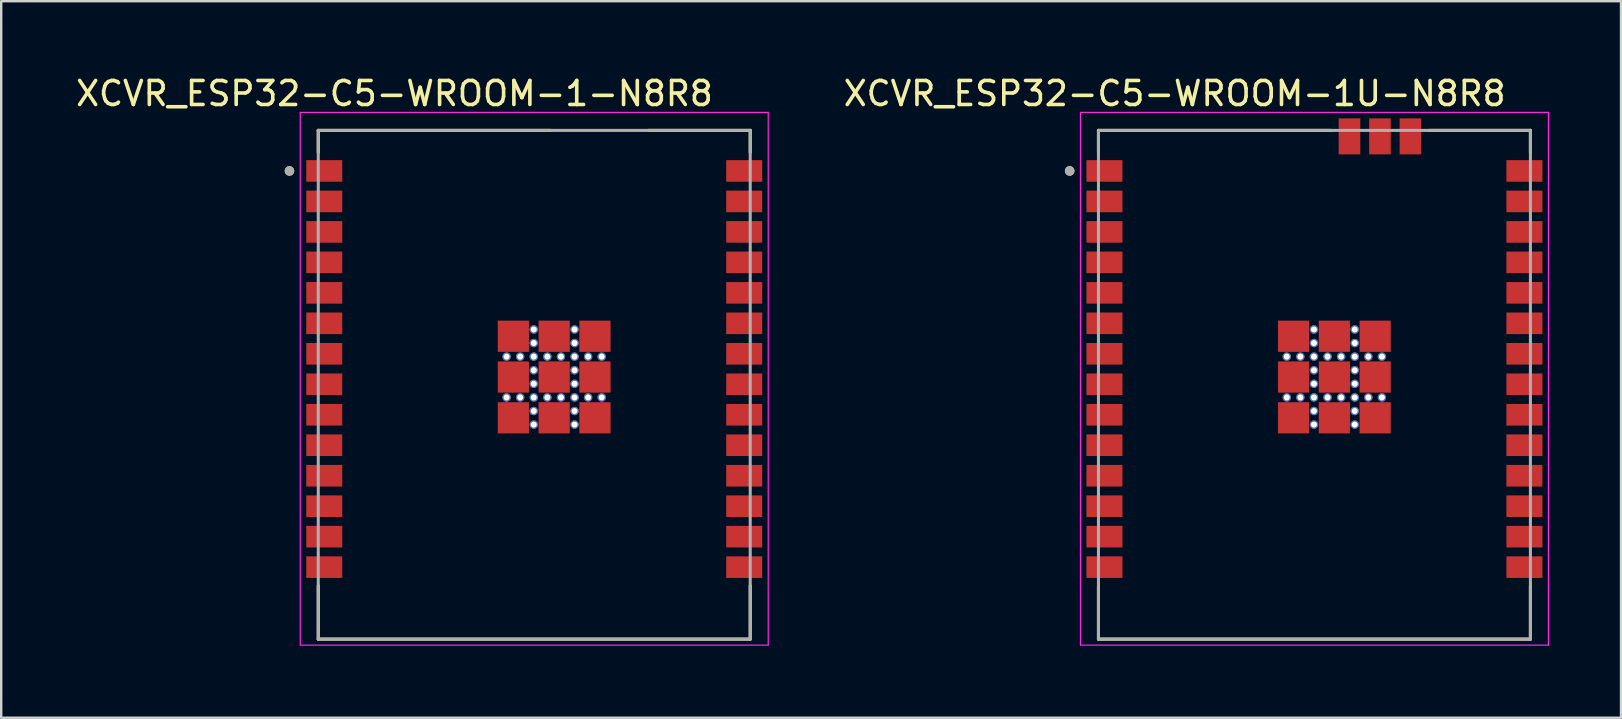
<source format=kicad_pcb>
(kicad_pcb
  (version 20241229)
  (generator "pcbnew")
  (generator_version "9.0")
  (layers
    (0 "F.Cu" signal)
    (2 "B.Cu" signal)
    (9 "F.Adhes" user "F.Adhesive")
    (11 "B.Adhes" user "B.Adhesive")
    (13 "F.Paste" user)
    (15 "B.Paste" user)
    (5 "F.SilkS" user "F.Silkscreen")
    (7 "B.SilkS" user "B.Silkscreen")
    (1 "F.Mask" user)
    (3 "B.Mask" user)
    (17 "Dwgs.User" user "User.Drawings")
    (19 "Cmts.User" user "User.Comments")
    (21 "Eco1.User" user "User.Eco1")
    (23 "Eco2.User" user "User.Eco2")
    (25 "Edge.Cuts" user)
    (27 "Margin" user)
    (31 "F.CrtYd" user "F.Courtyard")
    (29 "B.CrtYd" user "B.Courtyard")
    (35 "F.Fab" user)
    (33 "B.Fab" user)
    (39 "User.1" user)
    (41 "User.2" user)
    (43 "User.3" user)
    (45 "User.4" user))
  (footprint "XCVR_ESP32-C5-WROOM-1U-N8R8"
    (layer "F.Cu")
    (at 51.723 12.983)
    (property "Reference" "XCVR_ESP32-C5-WROOM-1U-N8R8" (at -5.825 -12.135 0) (layer "F.SilkS") (effects (font (size 1 1) (thickness 0.15))))
    (attr smd)
    (fp_line (start -9 -10.6) (end 0.69 -10.6) (stroke (width 0.127) (type solid)) (layer "F.SilkS"))
    (fp_line (start -9 -9.68) (end -9 -10.6) (stroke (width 0.127) (type solid)) (layer "F.SilkS"))
    (fp_line (start -9 10.6) (end -9 8.37) (stroke (width 0.127) (type solid)) (layer "F.SilkS"))
    (fp_line (start -9 10.6) (end 9 10.6) (stroke (width 0.127) (type solid)) (layer "F.SilkS"))
    (fp_line (start 4.77 -10.6) (end 9 -10.6) (stroke (width 0.127) (type solid)) (layer "F.SilkS"))
    (fp_line (start 9 -10.6) (end 9 -9.68) (stroke (width 0.127) (type solid)) (layer "F.SilkS"))
    (fp_line (start 9 8.37) (end 9 10.6) (stroke (width 0.127) (type solid)) (layer "F.SilkS"))
    (fp_circle (center -10.2 -8.91) (end -10.1 -8.91) (stroke (width 0.2) (type solid)) (fill no) (layer "F.SilkS"))
    (fp_line (start -9.75 -11.35) (end -9.75 10.85) (stroke (width 0.05) (type solid)) (layer "F.CrtYd"))
    (fp_line (start -9.75 10.85) (end 9.75 10.85) (stroke (width 0.05) (type solid)) (layer "F.CrtYd"))
    (fp_line (start 9.75 -11.35) (end -9.75 -11.35) (stroke (width 0.05) (type solid)) (layer "F.CrtYd"))
    (fp_line (start 9.75 10.85) (end 9.75 -11.35) (stroke (width 0.05) (type solid)) (layer "F.CrtYd"))
    (fp_line (start -9 -10.6) (end 9 -10.6) (stroke (width 0.127) (type solid)) (layer "F.Fab"))
    (fp_line (start -9 10.6) (end -9 -10.6) (stroke (width 0.127) (type solid)) (layer "F.Fab"))
    (fp_line (start -9 10.6) (end 9 10.6) (stroke (width 0.127) (type solid)) (layer "F.Fab"))
    (fp_line (start 9 -10.6) (end 9 10.6) (stroke (width 0.127) (type solid)) (layer "F.Fab"))
    (fp_circle (center -10.2 -8.91) (end -10.1 -8.91) (stroke (width 0.2) (type solid)) (fill no) (layer "F.Fab"))
    (pad "1" smd rect (at -8.75 -8.91) (size 1.5 0.9) (layers "F.Cu" "F.Mask" "F.Paste"))
    (pad "2" smd rect (at -8.75 -7.64) (size 1.5 0.9) (layers "F.Cu" "F.Mask" "F.Paste"))
    (pad "3" smd rect (at -8.75 -6.37) (size 1.5 0.9) (layers "F.Cu" "F.Mask" "F.Paste"))
    (pad "4" smd rect (at -8.75 -5.1) (size 1.5 0.9) (layers "F.Cu" "F.Mask" "F.Paste"))
    (pad "5" smd rect (at -8.75 -3.83) (size 1.5 0.9) (layers "F.Cu" "F.Mask" "F.Paste"))
    (pad "6" smd rect (at -8.75 -2.56) (size 1.5 0.9) (layers "F.Cu" "F.Mask" "F.Paste"))
    (pad "7" smd rect (at -8.75 -1.29) (size 1.5 0.9) (layers "F.Cu" "F.Mask" "F.Paste"))
    (pad "8" smd rect (at -8.75 -0.02) (size 1.5 0.9) (layers "F.Cu" "F.Mask" "F.Paste"))
    (pad "9" smd rect (at -8.75 1.25) (size 1.5 0.9) (layers "F.Cu" "F.Mask" "F.Paste"))
    (pad "10" smd rect (at -8.75 2.52) (size 1.5 0.9) (layers "F.Cu" "F.Mask" "F.Paste"))
    (pad "11" smd rect (at -8.75 3.79) (size 1.5 0.9) (layers "F.Cu" "F.Mask" "F.Paste"))
    (pad "12" smd rect (at -8.75 5.06) (size 1.5 0.9) (layers "F.Cu" "F.Mask" "F.Paste"))
    (pad "13" smd rect (at -8.75 6.33) (size 1.5 0.9) (layers "F.Cu" "F.Mask" "F.Paste"))
    (pad "14" smd rect (at -8.75 7.6) (size 1.5 0.9) (layers "F.Cu" "F.Mask" "F.Paste"))
    (pad "15" smd rect (at 8.75 7.6) (size 1.5 0.9) (layers "F.Cu" "F.Mask" "F.Paste"))
    (pad "16" smd rect (at 8.75 6.33) (size 1.5 0.9) (layers "F.Cu" "F.Mask" "F.Paste"))
    (pad "17" smd rect (at 8.75 5.06) (size 1.5 0.9) (layers "F.Cu" "F.Mask" "F.Paste"))
    (pad "18" smd rect (at 8.75 3.79) (size 1.5 0.9) (layers "F.Cu" "F.Mask" "F.Paste"))
    (pad "19" smd rect (at 8.75 2.52) (size 1.5 0.9) (layers "F.Cu" "F.Mask" "F.Paste"))
    (pad "20" smd rect (at 8.75 1.25) (size 1.5 0.9) (layers "F.Cu" "F.Mask" "F.Paste"))
    (pad "21" smd rect (at 8.75 -0.02) (size 1.5 0.9) (layers "F.Cu" "F.Mask" "F.Paste"))
    (pad "22" smd rect (at 8.75 -1.29) (size 1.5 0.9) (layers "F.Cu" "F.Mask" "F.Paste"))
    (pad "23" smd rect (at 8.75 -2.56) (size 1.5 0.9) (layers "F.Cu" "F.Mask" "F.Paste"))
    (pad "24" smd rect (at 8.75 -3.83) (size 1.5 0.9) (layers "F.Cu" "F.Mask" "F.Paste"))
    (pad "25" smd rect (at 8.75 -5.1) (size 1.5 0.9) (layers "F.Cu" "F.Mask" "F.Paste"))
    (pad "26" smd rect (at 8.75 -6.37) (size 1.5 0.9) (layers "F.Cu" "F.Mask" "F.Paste"))
    (pad "27" smd rect (at 8.75 -7.64) (size 1.5 0.9) (layers "F.Cu" "F.Mask" "F.Paste"))
    (pad "28" smd rect (at 8.75 -8.91) (size 1.5 0.9) (layers "F.Cu" "F.Mask" "F.Paste"))
    (pad "29_1" smd rect (at -0.87 -2.022) (size 1.3 1.3) (layers "F.Cu" "F.Mask" "F.Paste"))
    (pad "29_2" smd rect (at 0.83 -2.022) (size 1.3 1.3) (layers "F.Cu" "F.Mask" "F.Paste"))
    (pad "29_3" smd rect (at 2.53 -2.022) (size 1.3 1.3) (layers "F.Cu" "F.Mask" "F.Paste"))
    (pad "29_4" smd rect (at -0.87 -0.322) (size 1.3 1.3) (layers "F.Cu" "F.Mask" "F.Paste"))
    (pad "29_5" smd rect (at 0.83 -0.322) (size 1.3 1.3) (layers "F.Cu" "F.Mask" "F.Paste"))
    (pad "29_6" smd rect (at 2.53 -0.322) (size 1.3 1.3) (layers "F.Cu" "F.Mask" "F.Paste"))
    (pad "29_7" smd rect (at -0.87 1.378) (size 1.3 1.3) (layers "F.Cu" "F.Mask" "F.Paste"))
    (pad "29_8" smd rect (at 0.83 1.378) (size 1.3 1.3) (layers "F.Cu" "F.Mask" "F.Paste"))
    (pad "29_9" smd rect (at 2.53 1.378) (size 1.3 1.3) (layers "F.Cu" "F.Mask" "F.Paste"))
    (pad "29_10" thru_hole circle (at -0.02 -2.304) (size 0.35 0.35) (drill 0.25) (layers "*.Cu"))
    (pad "29_11" thru_hole circle (at -0.02 -1.738) (size 0.35 0.35) (drill 0.25) (layers "*.Cu"))
    (pad "29_12" thru_hole circle (at 1.68 -2.304) (size 0.35 0.35) (drill 0.25) (layers "*.Cu"))
    (pad "29_13" thru_hole circle (at 1.68 -1.738) (size 0.35 0.35) (drill 0.25) (layers "*.Cu"))
    (pad "29_14" thru_hole circle (at -1.152 -1.172) (size 0.35 0.35) (drill 0.25) (layers "*.Cu"))
    (pad "29_15" thru_hole circle (at -0.586 -1.172) (size 0.35 0.35) (drill 0.25) (layers "*.Cu"))
    (pad "29_16" thru_hole circle (at -0.02 -1.172) (size 0.35 0.35) (drill 0.25) (layers "*.Cu"))
    (pad "29_17" thru_hole circle (at 0.547 -1.172) (size 0.35 0.35) (drill 0.25) (layers "*.Cu"))
    (pad "29_18" thru_hole circle (at 1.113 -1.172) (size 0.35 0.35) (drill 0.25) (layers "*.Cu"))
    (pad "29_19" thru_hole circle (at 1.68 -1.172) (size 0.35 0.35) (drill 0.25) (layers "*.Cu"))
    (pad "29_20" thru_hole circle (at 2.246 -1.172) (size 0.35 0.35) (drill 0.25) (layers "*.Cu"))
    (pad "29_21" thru_hole circle (at 2.812 -1.172) (size 0.35 0.35) (drill 0.25) (layers "*.Cu"))
    (pad "29_22" thru_hole circle (at -0.02 -0.605) (size 0.35 0.35) (drill 0.25) (layers "*.Cu"))
    (pad "29_23" thru_hole circle (at -0.02 -0.039) (size 0.35 0.35) (drill 0.25) (layers "*.Cu"))
    (pad "29_24" thru_hole circle (at 1.68 -0.605) (size 0.35 0.35) (drill 0.25) (layers "*.Cu"))
    (pad "29_25" thru_hole circle (at 1.68 -0.039) (size 0.35 0.35) (drill 0.25) (layers "*.Cu"))
    (pad "29_26" thru_hole circle (at -1.152 0.528) (size 0.35 0.35) (drill 0.25) (layers "*.Cu"))
    (pad "29_27" thru_hole circle (at -0.586 0.528) (size 0.35 0.35) (drill 0.25) (layers "*.Cu"))
    (pad "29_28" thru_hole circle (at -0.02 0.528) (size 0.35 0.35) (drill 0.25) (layers "*.Cu"))
    (pad "29_29" thru_hole circle (at 0.547 0.528) (size 0.35 0.35) (drill 0.25) (layers "*.Cu"))
    (pad "29_30" thru_hole circle (at 1.113 0.528) (size 0.35 0.35) (drill 0.25) (layers "*.Cu"))
    (pad "29_31" thru_hole circle (at 1.68 0.528) (size 0.35 0.35) (drill 0.25) (layers "*.Cu"))
    (pad "29_32" thru_hole circle (at 2.246 0.528) (size 0.35 0.35) (drill 0.25) (layers "*.Cu"))
    (pad "29_33" thru_hole circle (at 2.812 0.528) (size 0.35 0.35) (drill 0.25) (layers "*.Cu"))
    (pad "29_34" thru_hole circle (at -0.02 1.094) (size 0.35 0.35) (drill 0.25) (layers "*.Cu"))
    (pad "29_35" thru_hole circle (at -0.02 1.66) (size 0.35 0.35) (drill 0.25) (layers "*.Cu"))
    (pad "29_36" thru_hole circle (at 1.68 1.094) (size 0.35 0.35) (drill 0.25) (layers "*.Cu"))
    (pad "29_37" thru_hole circle (at 1.68 1.66) (size 0.35 0.35) (drill 0.25) (layers "*.Cu"))
    (pad "30" smd rect (at 4 -10.35) (size 0.9 1.5) (layers "F.Cu" "F.Mask" "F.Paste"))
    (pad "31" smd rect (at 2.73 -10.35) (size 0.9 1.5) (layers "F.Cu" "F.Mask" "F.Paste"))
    (pad "32" smd rect (at 1.46 -10.35) (size 0.9 1.5) (layers "F.Cu" "F.Mask" "F.Paste")))
  (footprint "XCVR_ESP32-C5-WROOM-1-N8R8"
    (layer "F.Cu")
    (at 19.212 12.983)
    (property "Reference" "XCVR_ESP32-C5-WROOM-1-N8R8" (at -5.825 -12.135 0) (layer "F.SilkS") (effects (font (size 1 1) (thickness 0.15))))
    (attr smd)
    (fp_line (start -9 -10.6) (end 0.69 -10.6) (stroke (width 0.127) (type solid)) (layer "F.SilkS"))
    (fp_line (start -9 -9.68) (end -9 -10.6) (stroke (width 0.127) (type solid)) (layer "F.SilkS"))
    (fp_line (start -9 10.6) (end -9 8.37) (stroke (width 0.127) (type solid)) (layer "F.SilkS"))
    (fp_line (start -9 10.6) (end 9 10.6) (stroke (width 0.127) (type solid)) (layer "F.SilkS"))
    (fp_line (start 4.77 -10.6) (end 9 -10.6) (stroke (width 0.127) (type solid)) (layer "F.SilkS"))
    (fp_line (start 9 -10.6) (end 9 -9.68) (stroke (width 0.127) (type solid)) (layer "F.SilkS"))
    (fp_line (start 9 8.37) (end 9 10.6) (stroke (width 0.127) (type solid)) (layer "F.SilkS"))
    (fp_circle (center -10.2 -8.91) (end -10.1 -8.91) (stroke (width 0.2) (type solid)) (fill no) (layer "F.SilkS"))
    (fp_line (start -9.75 -11.35) (end -9.75 10.85) (stroke (width 0.05) (type solid)) (layer "F.CrtYd"))
    (fp_line (start -9.75 10.85) (end 9.75 10.85) (stroke (width 0.05) (type solid)) (layer "F.CrtYd"))
    (fp_line (start 9.75 -11.35) (end -9.75 -11.35) (stroke (width 0.05) (type solid)) (layer "F.CrtYd"))
    (fp_line (start 9.75 10.85) (end 9.75 -11.35) (stroke (width 0.05) (type solid)) (layer "F.CrtYd"))
    (fp_line (start -9 -10.6) (end 9 -10.6) (stroke (width 0.127) (type solid)) (layer "F.Fab"))
    (fp_line (start -9 10.6) (end -9 -10.6) (stroke (width 0.127) (type solid)) (layer "F.Fab"))
    (fp_line (start -9 10.6) (end 9 10.6) (stroke (width 0.127) (type solid)) (layer "F.Fab"))
    (fp_line (start 9 -10.6) (end 9 10.6) (stroke (width 0.127) (type solid)) (layer "F.Fab"))
    (fp_circle (center -10.2 -8.91) (end -10.1 -8.91) (stroke (width 0.2) (type solid)) (fill no) (layer "F.Fab"))
    (pad "1" smd rect (at -8.75 -8.91) (size 1.5 0.9) (layers "F.Cu" "F.Mask" "F.Paste"))
    (pad "2" smd rect (at -8.75 -7.64) (size 1.5 0.9) (layers "F.Cu" "F.Mask" "F.Paste"))
    (pad "3" smd rect (at -8.75 -6.37) (size 1.5 0.9) (layers "F.Cu" "F.Mask" "F.Paste"))
    (pad "4" smd rect (at -8.75 -5.1) (size 1.5 0.9) (layers "F.Cu" "F.Mask" "F.Paste"))
    (pad "5" smd rect (at -8.75 -3.83) (size 1.5 0.9) (layers "F.Cu" "F.Mask" "F.Paste"))
    (pad "6" smd rect (at -8.75 -2.56) (size 1.5 0.9) (layers "F.Cu" "F.Mask" "F.Paste"))
    (pad "7" smd rect (at -8.75 -1.29) (size 1.5 0.9) (layers "F.Cu" "F.Mask" "F.Paste"))
    (pad "8" smd rect (at -8.75 -0.02) (size 1.5 0.9) (layers "F.Cu" "F.Mask" "F.Paste"))
    (pad "9" smd rect (at -8.75 1.25) (size 1.5 0.9) (layers "F.Cu" "F.Mask" "F.Paste"))
    (pad "10" smd rect (at -8.75 2.52) (size 1.5 0.9) (layers "F.Cu" "F.Mask" "F.Paste"))
    (pad "11" smd rect (at -8.75 3.79) (size 1.5 0.9) (layers "F.Cu" "F.Mask" "F.Paste"))
    (pad "12" smd rect (at -8.75 5.06) (size 1.5 0.9) (layers "F.Cu" "F.Mask" "F.Paste"))
    (pad "13" smd rect (at -8.75 6.33) (size 1.5 0.9) (layers "F.Cu" "F.Mask" "F.Paste"))
    (pad "14" smd rect (at -8.75 7.6) (size 1.5 0.9) (layers "F.Cu" "F.Mask" "F.Paste"))
    (pad "15" smd rect (at 8.75 7.6) (size 1.5 0.9) (layers "F.Cu" "F.Mask" "F.Paste"))
    (pad "16" smd rect (at 8.75 6.33) (size 1.5 0.9) (layers "F.Cu" "F.Mask" "F.Paste"))
    (pad "17" smd rect (at 8.75 5.06) (size 1.5 0.9) (layers "F.Cu" "F.Mask" "F.Paste"))
    (pad "18" smd rect (at 8.75 3.79) (size 1.5 0.9) (layers "F.Cu" "F.Mask" "F.Paste"))
    (pad "19" smd rect (at 8.75 2.52) (size 1.5 0.9) (layers "F.Cu" "F.Mask" "F.Paste"))
    (pad "20" smd rect (at 8.75 1.25) (size 1.5 0.9) (layers "F.Cu" "F.Mask" "F.Paste"))
    (pad "21" smd rect (at 8.75 -0.02) (size 1.5 0.9) (layers "F.Cu" "F.Mask" "F.Paste"))
    (pad "22" smd rect (at 8.75 -1.29) (size 1.5 0.9) (layers "F.Cu" "F.Mask" "F.Paste"))
    (pad "23" smd rect (at 8.75 -2.56) (size 1.5 0.9) (layers "F.Cu" "F.Mask" "F.Paste"))
    (pad "24" smd rect (at 8.75 -3.83) (size 1.5 0.9) (layers "F.Cu" "F.Mask" "F.Paste"))
    (pad "25" smd rect (at 8.75 -5.1) (size 1.5 0.9) (layers "F.Cu" "F.Mask" "F.Paste"))
    (pad "26" smd rect (at 8.75 -6.37) (size 1.5 0.9) (layers "F.Cu" "F.Mask" "F.Paste"))
    (pad "27" smd rect (at 8.75 -7.64) (size 1.5 0.9) (layers "F.Cu" "F.Mask" "F.Paste"))
    (pad "28" smd rect (at 8.75 -8.91) (size 1.5 0.9) (layers "F.Cu" "F.Mask" "F.Paste"))
    (pad "29_1" thru_hole circle (at -1.152 -1.172) (size 0.35 0.35) (drill 0.25) (layers "*.Cu"))
    (pad "29_1" thru_hole circle (at -1.152 0.528) (size 0.35 0.35) (drill 0.25) (layers "*.Cu"))
    (pad "29_1" smd rect (at -0.87 -2.022) (size 1.3 1.3) (layers "F.Cu" "F.Mask" "F.Paste"))
    (pad "29_1" smd rect (at -0.87 -0.322) (size 1.3 1.3) (layers "F.Cu" "F.Mask" "F.Paste"))
    (pad "29_1" smd rect (at -0.87 1.378) (size 1.3 1.3) (layers "F.Cu" "F.Mask" "F.Paste"))
    (pad "29_1" thru_hole circle (at -0.586 -1.172) (size 0.35 0.35) (drill 0.25) (layers "*.Cu"))
    (pad "29_1" thru_hole circle (at -0.586 0.528) (size 0.35 0.35) (drill 0.25) (layers "*.Cu"))
    (pad "29_1" thru_hole circle (at -0.02 -2.304) (size 0.35 0.35) (drill 0.25) (layers "*.Cu"))
    (pad "29_1" thru_hole circle (at -0.02 -1.738) (size 0.35 0.35) (drill 0.25) (layers "*.Cu"))
    (pad "29_1" thru_hole circle (at -0.02 -1.172) (size 0.35 0.35) (drill 0.25) (layers "*.Cu"))
    (pad "29_1" thru_hole circle (at -0.02 -0.605) (size 0.35 0.35) (drill 0.25) (layers "*.Cu"))
    (pad "29_1" thru_hole circle (at -0.02 -0.039) (size 0.35 0.35) (drill 0.25) (layers "*.Cu"))
    (pad "29_1" thru_hole circle (at -0.02 0.528) (size 0.35 0.35) (drill 0.25) (layers "*.Cu"))
    (pad "29_1" thru_hole circle (at -0.02 1.094) (size 0.35 0.35) (drill 0.25) (layers "*.Cu"))
    (pad "29_1" thru_hole circle (at -0.02 1.66) (size 0.35 0.35) (drill 0.25) (layers "*.Cu"))
    (pad "29_1" thru_hole circle (at 0.547 -1.172) (size 0.35 0.35) (drill 0.25) (layers "*.Cu"))
    (pad "29_1" thru_hole circle (at 0.547 0.528) (size 0.35 0.35) (drill 0.25) (layers "*.Cu"))
    (pad "29_1" smd rect (at 0.83 -2.022) (size 1.3 1.3) (layers "F.Cu" "F.Mask" "F.Paste"))
    (pad "29_1" smd rect (at 0.83 -0.322) (size 1.3 1.3) (layers "F.Cu" "F.Mask" "F.Paste"))
    (pad "29_1" smd rect (at 0.83 1.378) (size 1.3 1.3) (layers "F.Cu" "F.Mask" "F.Paste"))
    (pad "29_1" thru_hole circle (at 1.113 -1.172) (size 0.35 0.35) (drill 0.25) (layers "*.Cu"))
    (pad "29_1" thru_hole circle (at 1.113 0.528) (size 0.35 0.35) (drill 0.25) (layers "*.Cu"))
    (pad "29_1" thru_hole circle (at 1.68 -2.304) (size 0.35 0.35) (drill 0.25) (layers "*.Cu"))
    (pad "29_1" thru_hole circle (at 1.68 -1.738) (size 0.35 0.35) (drill 0.25) (layers "*.Cu"))
    (pad "29_1" thru_hole circle (at 1.68 -1.172) (size 0.35 0.35) (drill 0.25) (layers "*.Cu"))
    (pad "29_1" thru_hole circle (at 1.68 -0.605) (size 0.35 0.35) (drill 0.25) (layers "*.Cu"))
    (pad "29_1" thru_hole circle (at 1.68 -0.039) (size 0.35 0.35) (drill 0.25) (layers "*.Cu"))
    (pad "29_1" thru_hole circle (at 1.68 0.528) (size 0.35 0.35) (drill 0.25) (layers "*.Cu"))
    (pad "29_1" thru_hole circle (at 1.68 1.094) (size 0.35 0.35) (drill 0.25) (layers "*.Cu"))
    (pad "29_1" thru_hole circle (at 1.68 1.66) (size 0.35 0.35) (drill 0.25) (layers "*.Cu"))
    (pad "29_1" thru_hole circle (at 2.246 -1.172) (size 0.35 0.35) (drill 0.25) (layers "*.Cu"))
    (pad "29_1" thru_hole circle (at 2.246 0.528) (size 0.35 0.35) (drill 0.25) (layers "*.Cu"))
    (pad "29_1" smd rect (at 2.53 -2.022) (size 1.3 1.3) (layers "F.Cu" "F.Mask" "F.Paste"))
    (pad "29_1" smd rect (at 2.53 -0.322) (size 1.3 1.3) (layers "F.Cu" "F.Mask" "F.Paste"))
    (pad "29_1" smd rect (at 2.53 1.378) (size 1.3 1.3) (layers "F.Cu" "F.Mask" "F.Paste"))
    (pad "29_1" thru_hole circle (at 2.812 -1.172) (size 0.35 0.35) (drill 0.25) (layers "*.Cu"))
    (pad "29_1" thru_hole circle (at 2.812 0.528) (size 0.35 0.35) (drill 0.25) (layers "*.Cu")))
  (gr_rect
    (start -3 -3)
    (end 64.498 26.858)
    (stroke (width 0.1) (type default))
    (fill no)
    (layer "Edge.Cuts")))
</source>
